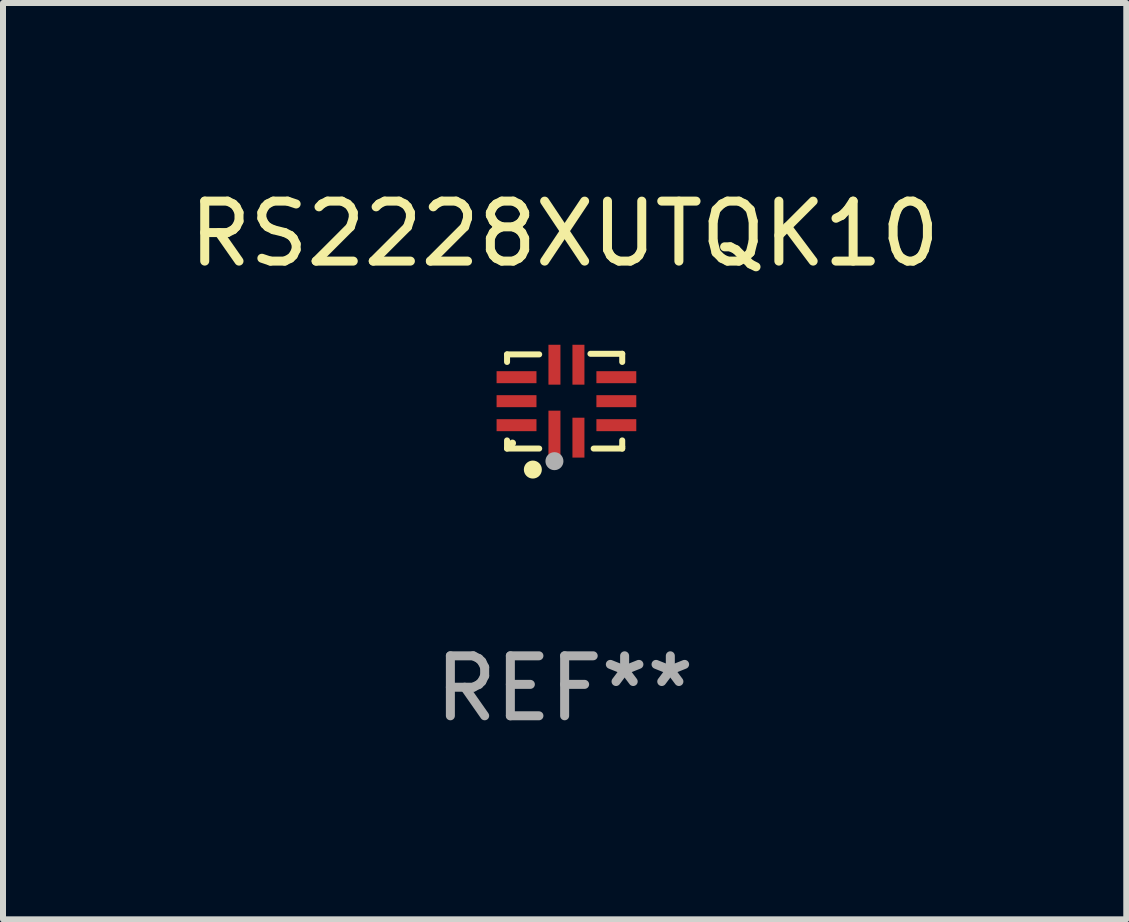
<source format=kicad_pcb>
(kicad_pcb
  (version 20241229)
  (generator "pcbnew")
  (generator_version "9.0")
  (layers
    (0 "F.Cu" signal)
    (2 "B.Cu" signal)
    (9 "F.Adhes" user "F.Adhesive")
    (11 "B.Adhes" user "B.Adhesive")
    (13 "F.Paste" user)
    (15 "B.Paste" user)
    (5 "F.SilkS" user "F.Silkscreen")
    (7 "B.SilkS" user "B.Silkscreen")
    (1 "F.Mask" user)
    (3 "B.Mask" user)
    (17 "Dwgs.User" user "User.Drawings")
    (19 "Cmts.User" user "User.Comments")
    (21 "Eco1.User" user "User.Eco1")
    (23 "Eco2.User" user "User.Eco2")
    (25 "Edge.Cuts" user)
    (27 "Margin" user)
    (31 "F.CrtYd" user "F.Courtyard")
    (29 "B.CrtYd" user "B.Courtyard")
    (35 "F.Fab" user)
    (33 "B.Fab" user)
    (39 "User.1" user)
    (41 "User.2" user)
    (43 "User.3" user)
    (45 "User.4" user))
  (footprint "RS2228XUTQK10"
    (layer "F.Cu")
    (at 6.363 3.638)
    (property "Reference" "RS2228XUTQK10" (at 0 -2.79 0) (layer "F.SilkS") (effects (font (size 1 1) (thickness 0.15))))
    (attr through_hole)
    (fp_line (start -0.96 -0.78) (end -0.424 -0.78) (stroke (width 0.1) (type solid)) (layer "F.SilkS"))
    (fp_line (start -0.96 -0.654) (end -0.96 -0.78) (stroke (width 0.1) (type solid)) (layer "F.SilkS"))
    (fp_line (start -0.96 0.79) (end -0.96 0.654) (stroke (width 0.1) (type solid)) (layer "F.SilkS"))
    (fp_line (start -0.424 0.79) (end -0.96 0.79) (stroke (width 0.1) (type solid)) (layer "F.SilkS"))
    (fp_line (start 0.43 -0.79) (end 0.96 -0.79) (stroke (width 0.1) (type solid)) (layer "F.SilkS"))
    (fp_line (start 0.96 -0.79) (end 0.96 -0.654) (stroke (width 0.1) (type solid)) (layer "F.SilkS"))
    (fp_line (start 0.96 0.654) (end 0.96 0.76) (stroke (width 0.1) (type solid)) (layer "F.SilkS"))
    (fp_line (start 0.96 0.76) (end 0.96 0.79) (stroke (width 0.1) (type solid)) (layer "F.SilkS"))
    (fp_line (start 0.96 0.79) (end 0.484 0.79) (stroke (width 0.1) (type solid)) (layer "F.SilkS"))
    (fp_circle (center -0.87 0.7) (end -0.84 0.7) (stroke (width 0.06) (type solid)) (fill no) (layer "F.SilkS"))
    (fp_circle (center -0.53 1.14) (end -0.455 1.14) (stroke (width 0.15) (type solid)) (fill no) (layer "F.SilkS"))
    (fp_circle (center -0.17 1) (end -0.095 1) (stroke (width 0.15) (type solid)) (fill no) (layer "F.Fab"))
    (fp_text user "REF**" (at 0 4.79 0) (layer "F.Fab") (effects (font (size 1 1) (thickness 0.15))))
    (pad "1" smd rect (at -0.17 0.608) (size 0.2 0.9) (layers "F.Cu" "F.Mask" "F.Paste"))
    (pad "2" smd rect (at 0.23 0.608) (size 0.2 0.665) (layers "F.Cu" "F.Mask" "F.Paste"))
    (pad "3" smd rect (at 0.862 0.4) (size 0.665 0.2) (layers "F.Cu" "F.Mask" "F.Paste"))
    (pad "4" smd rect (at 0.862 0) (size 0.665 0.2) (layers "F.Cu" "F.Mask" "F.Paste"))
    (pad "5" smd rect (at 0.862 -0.4) (size 0.665 0.2) (layers "F.Cu" "F.Mask" "F.Paste"))
    (pad "6" smd rect (at 0.23 -0.608) (size 0.2 0.665) (layers "F.Cu" "F.Mask" "F.Paste"))
    (pad "7" smd rect (at -0.17 -0.608) (size 0.2 0.665) (layers "F.Cu" "F.Mask" "F.Paste"))
    (pad "8" smd rect (at -0.802 -0.4) (size 0.665 0.2) (layers "F.Cu" "F.Mask" "F.Paste"))
    (pad "9" smd rect (at -0.802 0) (size 0.665 0.2) (layers "F.Cu" "F.Mask" "F.Paste"))
    (pad "10" smd rect (at -0.802 0.4) (size 0.665 0.2) (layers "F.Cu" "F.Mask" "F.Paste")))
  (gr_rect
    (start -3 -3)
    (end 15.726 12.276)
    (stroke (width 0.1) (type default))
    (fill no)
    (layer "Edge.Cuts")))
</source>
